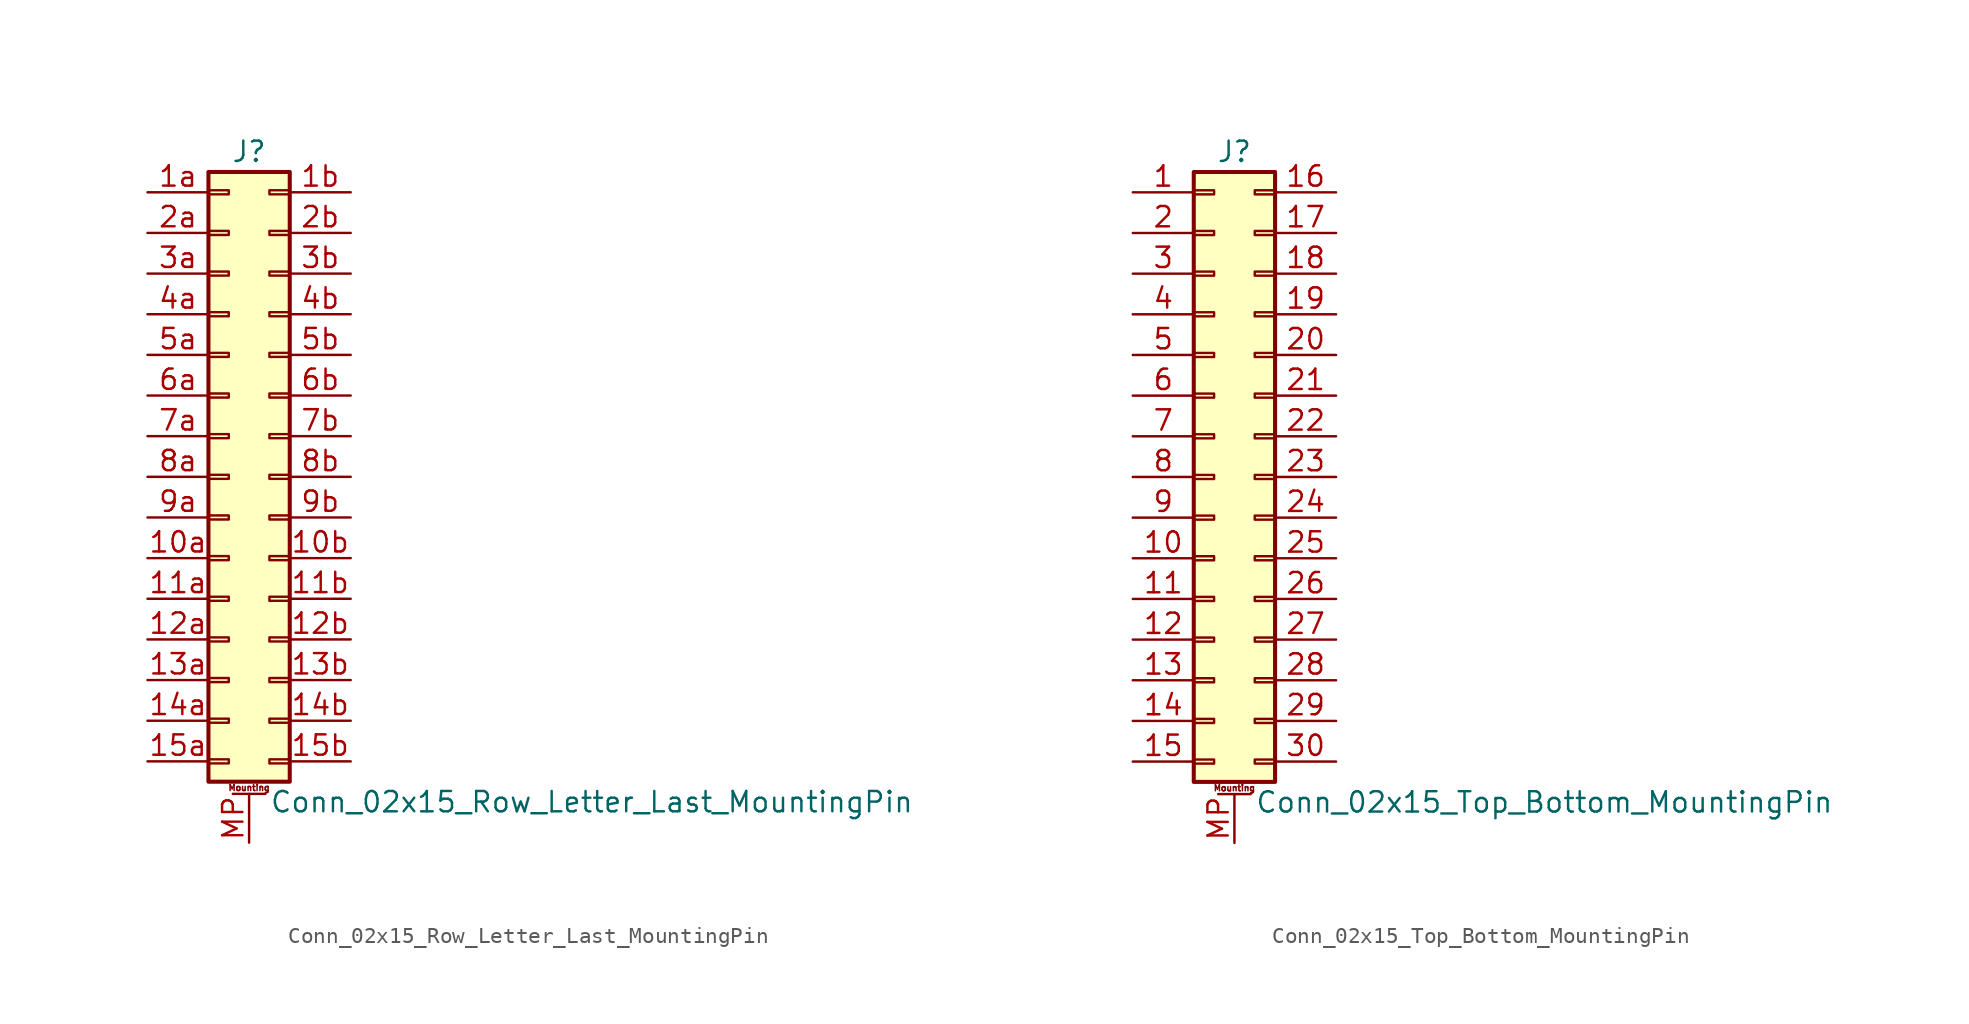
<source format=kicad_sym>
(kicad_symbol_lib
  (version 20201005)
  (generator kicad_symbol_editor)
  (symbol "Conn_02x15_Row_Letter_Last_MountingPin"
    (pin_names
      (offset 1.016) hide)
    (property "Reference" "J"
      (at 1.27 20.32 0)
      (effects (font (size 1.27 1.27))))
    (property "Value" "Conn_02x15_Row_Letter_Last_MountingPin"
      (at 2.54 -20.32 0)
      (effects (font (size 1.27 1.27)) (justify left)))
    (symbol "Conn_02x15_Row_Letter_Last_MountingPin_1_1"
      (text "Mounting" (at 1.27 -19.431 0) (effects (font (size 0.381 0.381))))
      (rectangle (start -1.27 -17.653) (end 0 -17.907) (stroke (width 0.152)) (fill (type none)))
      (rectangle (start -1.27 -15.113) (end 0 -15.367) (stroke (width 0.152)) (fill (type none)))
      (rectangle (start -1.27 -12.573) (end 0 -12.827) (stroke (width 0.152)) (fill (type none)))
      (rectangle (start -1.27 -10.033) (end 0 -10.287) (stroke (width 0.152)) (fill (type none)))
      (rectangle (start -1.27 -7.493) (end 0 -7.747) (stroke (width 0.152)) (fill (type none)))
      (rectangle (start -1.27 -4.953) (end 0 -5.207) (stroke (width 0.152)) (fill (type none)))
      (rectangle (start -1.27 -2.413) (end 0 -2.667) (stroke (width 0.152)) (fill (type none)))
      (rectangle (start -1.27 0.127) (end 0 -0.127) (stroke (width 0.152)) (fill (type none)))
      (rectangle (start -1.27 2.667) (end 0 2.413) (stroke (width 0.152)) (fill (type none)))
      (rectangle (start -1.27 5.207) (end 0 4.953) (stroke (width 0.152)) (fill (type none)))
      (rectangle (start -1.27 7.747) (end 0 7.493) (stroke (width 0.152)) (fill (type none)))
      (rectangle (start -1.27 10.287) (end 0 10.033) (stroke (width 0.152)) (fill (type none)))
      (rectangle (start -1.27 12.827) (end 0 12.573) (stroke (width 0.152)) (fill (type none)))
      (rectangle (start -1.27 15.367) (end 0 15.113) (stroke (width 0.152)) (fill (type none)))
      (rectangle (start -1.27 17.907) (end 0 17.653) (stroke (width 0.152)) (fill (type none)))
      (rectangle (start 3.81 -17.653) (end 2.54 -17.907) (stroke (width 0.152)) (fill (type none)))
      (rectangle (start 3.81 -15.113) (end 2.54 -15.367) (stroke (width 0.152)) (fill (type none)))
      (rectangle (start 3.81 -12.573) (end 2.54 -12.827) (stroke (width 0.152)) (fill (type none)))
      (rectangle (start 3.81 -10.033) (end 2.54 -10.287) (stroke (width 0.152)) (fill (type none)))
      (rectangle (start 3.81 -7.493) (end 2.54 -7.747) (stroke (width 0.152)) (fill (type none)))
      (rectangle (start 3.81 -4.953) (end 2.54 -5.207) (stroke (width 0.152)) (fill (type none)))
      (rectangle (start 3.81 -2.413) (end 2.54 -2.667) (stroke (width 0.152)) (fill (type none)))
      (rectangle (start 3.81 0.127) (end 2.54 -0.127) (stroke (width 0.152)) (fill (type none)))
      (rectangle (start 3.81 2.667) (end 2.54 2.413) (stroke (width 0.152)) (fill (type none)))
      (rectangle (start 3.81 5.207) (end 2.54 4.953) (stroke (width 0.152)) (fill (type none)))
      (rectangle (start 3.81 7.747) (end 2.54 7.493) (stroke (width 0.152)) (fill (type none)))
      (rectangle (start 3.81 10.287) (end 2.54 10.033) (stroke (width 0.152)) (fill (type none)))
      (rectangle (start 3.81 12.827) (end 2.54 12.573) (stroke (width 0.152)) (fill (type none)))
      (rectangle (start 3.81 15.367) (end 2.54 15.113) (stroke (width 0.152)) (fill (type none)))
      (rectangle (start 3.81 17.907) (end 2.54 17.653) (stroke (width 0.152)) (fill (type none)))
      (rectangle (start -1.27 19.05) (end 3.81 -19.05) (stroke (width 0.254)) (fill (type background)))
      (polyline (pts (xy 0.254 -19.812) (xy 2.286 -19.812)) (stroke (width 0.152)) (fill (type none)))
      (pin passive line (at -5.08 -5.08 0) (length 3.81) (name "Pin_10a" (effects (font (size 1.27 1.27)))) (number "10a" (effects (font (size 1.27 1.27)))))
      (pin passive line (at 7.62 -5.08 180) (length 3.81) (name "Pin_10b" (effects (font (size 1.27 1.27)))) (number "10b" (effects (font (size 1.27 1.27)))))
      (pin passive line (at -5.08 -7.62 0) (length 3.81) (name "Pin_11a" (effects (font (size 1.27 1.27)))) (number "11a" (effects (font (size 1.27 1.27)))))
      (pin passive line (at 7.62 -7.62 180) (length 3.81) (name "Pin_11b" (effects (font (size 1.27 1.27)))) (number "11b" (effects (font (size 1.27 1.27)))))
      (pin passive line (at -5.08 -10.16 0) (length 3.81) (name "Pin_12a" (effects (font (size 1.27 1.27)))) (number "12a" (effects (font (size 1.27 1.27)))))
      (pin passive line (at 7.62 -10.16 180) (length 3.81) (name "Pin_12b" (effects (font (size 1.27 1.27)))) (number "12b" (effects (font (size 1.27 1.27)))))
      (pin passive line (at -5.08 -12.7 0) (length 3.81) (name "Pin_13a" (effects (font (size 1.27 1.27)))) (number "13a" (effects (font (size 1.27 1.27)))))
      (pin passive line (at 7.62 -12.7 180) (length 3.81) (name "Pin_13b" (effects (font (size 1.27 1.27)))) (number "13b" (effects (font (size 1.27 1.27)))))
      (pin passive line (at -5.08 -15.24 0) (length 3.81) (name "Pin_14a" (effects (font (size 1.27 1.27)))) (number "14a" (effects (font (size 1.27 1.27)))))
      (pin passive line (at 7.62 -15.24 180) (length 3.81) (name "Pin_14b" (effects (font (size 1.27 1.27)))) (number "14b" (effects (font (size 1.27 1.27)))))
      (pin passive line (at -5.08 -17.78 0) (length 3.81) (name "Pin_15a" (effects (font (size 1.27 1.27)))) (number "15a" (effects (font (size 1.27 1.27)))))
      (pin passive line (at 7.62 -17.78 180) (length 3.81) (name "Pin_15b" (effects (font (size 1.27 1.27)))) (number "15b" (effects (font (size 1.27 1.27)))))
      (pin passive line (at -5.08 17.78 0) (length 3.81) (name "Pin_1a" (effects (font (size 1.27 1.27)))) (number "1a" (effects (font (size 1.27 1.27)))))
      (pin passive line (at 7.62 17.78 180) (length 3.81) (name "Pin_1b" (effects (font (size 1.27 1.27)))) (number "1b" (effects (font (size 1.27 1.27)))))
      (pin passive line (at -5.08 15.24 0) (length 3.81) (name "Pin_2a" (effects (font (size 1.27 1.27)))) (number "2a" (effects (font (size 1.27 1.27)))))
      (pin passive line (at 7.62 15.24 180) (length 3.81) (name "Pin_2b" (effects (font (size 1.27 1.27)))) (number "2b" (effects (font (size 1.27 1.27)))))
      (pin passive line (at -5.08 12.7 0) (length 3.81) (name "Pin_3a" (effects (font (size 1.27 1.27)))) (number "3a" (effects (font (size 1.27 1.27)))))
      (pin passive line (at 7.62 12.7 180) (length 3.81) (name "Pin_3b" (effects (font (size 1.27 1.27)))) (number "3b" (effects (font (size 1.27 1.27)))))
      (pin passive line (at -5.08 10.16 0) (length 3.81) (name "Pin_4a" (effects (font (size 1.27 1.27)))) (number "4a" (effects (font (size 1.27 1.27)))))
      (pin passive line (at 7.62 10.16 180) (length 3.81) (name "Pin_4b" (effects (font (size 1.27 1.27)))) (number "4b" (effects (font (size 1.27 1.27)))))
      (pin passive line (at -5.08 7.62 0) (length 3.81) (name "Pin_5a" (effects (font (size 1.27 1.27)))) (number "5a" (effects (font (size 1.27 1.27)))))
      (pin passive line (at 7.62 7.62 180) (length 3.81) (name "Pin_5b" (effects (font (size 1.27 1.27)))) (number "5b" (effects (font (size 1.27 1.27)))))
      (pin passive line (at -5.08 5.08 0) (length 3.81) (name "Pin_6a" (effects (font (size 1.27 1.27)))) (number "6a" (effects (font (size 1.27 1.27)))))
      (pin passive line (at 7.62 5.08 180) (length 3.81) (name "Pin_6b" (effects (font (size 1.27 1.27)))) (number "6b" (effects (font (size 1.27 1.27)))))
      (pin passive line (at -5.08 2.54 0) (length 3.81) (name "Pin_7a" (effects (font (size 1.27 1.27)))) (number "7a" (effects (font (size 1.27 1.27)))))
      (pin passive line (at 7.62 2.54 180) (length 3.81) (name "Pin_7b" (effects (font (size 1.27 1.27)))) (number "7b" (effects (font (size 1.27 1.27)))))
      (pin passive line (at -5.08 0 0) (length 3.81) (name "Pin_8a" (effects (font (size 1.27 1.27)))) (number "8a" (effects (font (size 1.27 1.27)))))
      (pin passive line (at 7.62 0 180) (length 3.81) (name "Pin_8b" (effects (font (size 1.27 1.27)))) (number "8b" (effects (font (size 1.27 1.27)))))
      (pin passive line (at -5.08 -2.54 0) (length 3.81) (name "Pin_9a" (effects (font (size 1.27 1.27)))) (number "9a" (effects (font (size 1.27 1.27)))))
      (pin passive line (at 7.62 -2.54 180) (length 3.81) (name "Pin_9b" (effects (font (size 1.27 1.27)))) (number "9b" (effects (font (size 1.27 1.27)))))
      (pin passive line (at 1.27 -22.86 90) (length 3.048) (name "MountPin" (effects (font (size 1.27 1.27)))) (number "MP" (effects (font (size 1.27 1.27)))))))
  (symbol "Conn_02x15_Top_Bottom_MountingPin"
    (pin_names
      (offset 1.016) hide)
    (property "Reference" "J"
      (at 1.27 20.32 0)
      (effects (font (size 1.27 1.27))))
    (property "Value" "Conn_02x15_Top_Bottom_MountingPin"
      (at 2.54 -20.32 0)
      (effects (font (size 1.27 1.27)) (justify left)))
    (symbol "Conn_02x15_Top_Bottom_MountingPin_1_1"
      (text "Mounting" (at 1.27 -19.431 0) (effects (font (size 0.381 0.381))))
      (rectangle (start -1.27 -17.653) (end 0 -17.907) (stroke (width 0.152)) (fill (type none)))
      (rectangle (start -1.27 -15.113) (end 0 -15.367) (stroke (width 0.152)) (fill (type none)))
      (rectangle (start -1.27 -12.573) (end 0 -12.827) (stroke (width 0.152)) (fill (type none)))
      (rectangle (start -1.27 -10.033) (end 0 -10.287) (stroke (width 0.152)) (fill (type none)))
      (rectangle (start -1.27 -7.493) (end 0 -7.747) (stroke (width 0.152)) (fill (type none)))
      (rectangle (start -1.27 -4.953) (end 0 -5.207) (stroke (width 0.152)) (fill (type none)))
      (rectangle (start -1.27 -2.413) (end 0 -2.667) (stroke (width 0.152)) (fill (type none)))
      (rectangle (start -1.27 0.127) (end 0 -0.127) (stroke (width 0.152)) (fill (type none)))
      (rectangle (start -1.27 2.667) (end 0 2.413) (stroke (width 0.152)) (fill (type none)))
      (rectangle (start -1.27 5.207) (end 0 4.953) (stroke (width 0.152)) (fill (type none)))
      (rectangle (start -1.27 7.747) (end 0 7.493) (stroke (width 0.152)) (fill (type none)))
      (rectangle (start -1.27 10.287) (end 0 10.033) (stroke (width 0.152)) (fill (type none)))
      (rectangle (start -1.27 12.827) (end 0 12.573) (stroke (width 0.152)) (fill (type none)))
      (rectangle (start -1.27 15.367) (end 0 15.113) (stroke (width 0.152)) (fill (type none)))
      (rectangle (start -1.27 17.907) (end 0 17.653) (stroke (width 0.152)) (fill (type none)))
      (rectangle (start 3.81 -17.653) (end 2.54 -17.907) (stroke (width 0.152)) (fill (type none)))
      (rectangle (start 3.81 -15.113) (end 2.54 -15.367) (stroke (width 0.152)) (fill (type none)))
      (rectangle (start 3.81 -12.573) (end 2.54 -12.827) (stroke (width 0.152)) (fill (type none)))
      (rectangle (start 3.81 -10.033) (end 2.54 -10.287) (stroke (width 0.152)) (fill (type none)))
      (rectangle (start 3.81 -7.493) (end 2.54 -7.747) (stroke (width 0.152)) (fill (type none)))
      (rectangle (start 3.81 -4.953) (end 2.54 -5.207) (stroke (width 0.152)) (fill (type none)))
      (rectangle (start 3.81 -2.413) (end 2.54 -2.667) (stroke (width 0.152)) (fill (type none)))
      (rectangle (start 3.81 0.127) (end 2.54 -0.127) (stroke (width 0.152)) (fill (type none)))
      (rectangle (start 3.81 2.667) (end 2.54 2.413) (stroke (width 0.152)) (fill (type none)))
      (rectangle (start 3.81 5.207) (end 2.54 4.953) (stroke (width 0.152)) (fill (type none)))
      (rectangle (start 3.81 7.747) (end 2.54 7.493) (stroke (width 0.152)) (fill (type none)))
      (rectangle (start 3.81 10.287) (end 2.54 10.033) (stroke (width 0.152)) (fill (type none)))
      (rectangle (start 3.81 12.827) (end 2.54 12.573) (stroke (width 0.152)) (fill (type none)))
      (rectangle (start 3.81 15.367) (end 2.54 15.113) (stroke (width 0.152)) (fill (type none)))
      (rectangle (start 3.81 17.907) (end 2.54 17.653) (stroke (width 0.152)) (fill (type none)))
      (rectangle (start -1.27 19.05) (end 3.81 -19.05) (stroke (width 0.254)) (fill (type background)))
      (polyline (pts (xy 0.254 -19.812) (xy 2.286 -19.812)) (stroke (width 0.152)) (fill (type none)))
      (pin passive line (at -5.08 17.78 0) (length 3.81) (name "Pin_1" (effects (font (size 1.27 1.27)))) (number "1" (effects (font (size 1.27 1.27)))))
      (pin passive line (at -5.08 -5.08 0) (length 3.81) (name "Pin_10" (effects (font (size 1.27 1.27)))) (number "10" (effects (font (size 1.27 1.27)))))
      (pin passive line (at -5.08 -7.62 0) (length 3.81) (name "Pin_11" (effects (font (size 1.27 1.27)))) (number "11" (effects (font (size 1.27 1.27)))))
      (pin passive line (at -5.08 -10.16 0) (length 3.81) (name "Pin_12" (effects (font (size 1.27 1.27)))) (number "12" (effects (font (size 1.27 1.27)))))
      (pin passive line (at -5.08 -12.7 0) (length 3.81) (name "Pin_13" (effects (font (size 1.27 1.27)))) (number "13" (effects (font (size 1.27 1.27)))))
      (pin passive line (at -5.08 -15.24 0) (length 3.81) (name "Pin_14" (effects (font (size 1.27 1.27)))) (number "14" (effects (font (size 1.27 1.27)))))
      (pin passive line (at -5.08 -17.78 0) (length 3.81) (name "Pin_15" (effects (font (size 1.27 1.27)))) (number "15" (effects (font (size 1.27 1.27)))))
      (pin passive line (at 7.62 17.78 180) (length 3.81) (name "Pin_16" (effects (font (size 1.27 1.27)))) (number "16" (effects (font (size 1.27 1.27)))))
      (pin passive line (at 7.62 15.24 180) (length 3.81) (name "Pin_17" (effects (font (size 1.27 1.27)))) (number "17" (effects (font (size 1.27 1.27)))))
      (pin passive line (at 7.62 12.7 180) (length 3.81) (name "Pin_18" (effects (font (size 1.27 1.27)))) (number "18" (effects (font (size 1.27 1.27)))))
      (pin passive line (at 7.62 10.16 180) (length 3.81) (name "Pin_19" (effects (font (size 1.27 1.27)))) (number "19" (effects (font (size 1.27 1.27)))))
      (pin passive line (at -5.08 15.24 0) (length 3.81) (name "Pin_2" (effects (font (size 1.27 1.27)))) (number "2" (effects (font (size 1.27 1.27)))))
      (pin passive line (at 7.62 7.62 180) (length 3.81) (name "Pin_20" (effects (font (size 1.27 1.27)))) (number "20" (effects (font (size 1.27 1.27)))))
      (pin passive line (at 7.62 5.08 180) (length 3.81) (name "Pin_21" (effects (font (size 1.27 1.27)))) (number "21" (effects (font (size 1.27 1.27)))))
      (pin passive line (at 7.62 2.54 180) (length 3.81) (name "Pin_22" (effects (font (size 1.27 1.27)))) (number "22" (effects (font (size 1.27 1.27)))))
      (pin passive line (at 7.62 0 180) (length 3.81) (name "Pin_23" (effects (font (size 1.27 1.27)))) (number "23" (effects (font (size 1.27 1.27)))))
      (pin passive line (at 7.62 -2.54 180) (length 3.81) (name "Pin_24" (effects (font (size 1.27 1.27)))) (number "24" (effects (font (size 1.27 1.27)))))
      (pin passive line (at 7.62 -5.08 180) (length 3.81) (name "Pin_25" (effects (font (size 1.27 1.27)))) (number "25" (effects (font (size 1.27 1.27)))))
      (pin passive line (at 7.62 -7.62 180) (length 3.81) (name "Pin_26" (effects (font (size 1.27 1.27)))) (number "26" (effects (font (size 1.27 1.27)))))
      (pin passive line (at 7.62 -10.16 180) (length 3.81) (name "Pin_27" (effects (font (size 1.27 1.27)))) (number "27" (effects (font (size 1.27 1.27)))))
      (pin passive line (at 7.62 -12.7 180) (length 3.81) (name "Pin_28" (effects (font (size 1.27 1.27)))) (number "28" (effects (font (size 1.27 1.27)))))
      (pin passive line (at 7.62 -15.24 180) (length 3.81) (name "Pin_29" (effects (font (size 1.27 1.27)))) (number "29" (effects (font (size 1.27 1.27)))))
      (pin passive line (at -5.08 12.7 0) (length 3.81) (name "Pin_3" (effects (font (size 1.27 1.27)))) (number "3" (effects (font (size 1.27 1.27)))))
      (pin passive line (at 7.62 -17.78 180) (length 3.81) (name "Pin_30" (effects (font (size 1.27 1.27)))) (number "30" (effects (font (size 1.27 1.27)))))
      (pin passive line (at -5.08 10.16 0) (length 3.81) (name "Pin_4" (effects (font (size 1.27 1.27)))) (number "4" (effects (font (size 1.27 1.27)))))
      (pin passive line (at -5.08 7.62 0) (length 3.81) (name "Pin_5" (effects (font (size 1.27 1.27)))) (number "5" (effects (font (size 1.27 1.27)))))
      (pin passive line (at -5.08 5.08 0) (length 3.81) (name "Pin_6" (effects (font (size 1.27 1.27)))) (number "6" (effects (font (size 1.27 1.27)))))
      (pin passive line (at -5.08 2.54 0) (length 3.81) (name "Pin_7" (effects (font (size 1.27 1.27)))) (number "7" (effects (font (size 1.27 1.27)))))
      (pin passive line (at -5.08 0 0) (length 3.81) (name "Pin_8" (effects (font (size 1.27 1.27)))) (number "8" (effects (font (size 1.27 1.27)))))
      (pin passive line (at -5.08 -2.54 0) (length 3.81) (name "Pin_9" (effects (font (size 1.27 1.27)))) (number "9" (effects (font (size 1.27 1.27)))))
      (pin passive line (at 1.27 -22.86 90) (length 3.048) (name "MountPin" (effects (font (size 1.27 1.27)))) (number "MP" (effects (font (size 1.27 1.27))))))))
</source>
